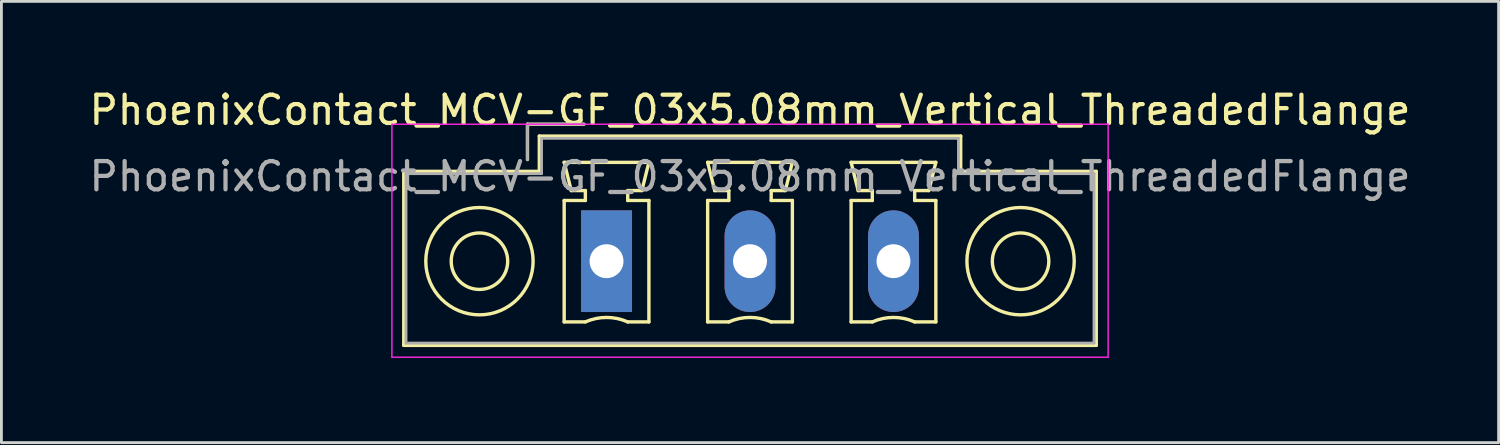
<source format=kicad_pcb>
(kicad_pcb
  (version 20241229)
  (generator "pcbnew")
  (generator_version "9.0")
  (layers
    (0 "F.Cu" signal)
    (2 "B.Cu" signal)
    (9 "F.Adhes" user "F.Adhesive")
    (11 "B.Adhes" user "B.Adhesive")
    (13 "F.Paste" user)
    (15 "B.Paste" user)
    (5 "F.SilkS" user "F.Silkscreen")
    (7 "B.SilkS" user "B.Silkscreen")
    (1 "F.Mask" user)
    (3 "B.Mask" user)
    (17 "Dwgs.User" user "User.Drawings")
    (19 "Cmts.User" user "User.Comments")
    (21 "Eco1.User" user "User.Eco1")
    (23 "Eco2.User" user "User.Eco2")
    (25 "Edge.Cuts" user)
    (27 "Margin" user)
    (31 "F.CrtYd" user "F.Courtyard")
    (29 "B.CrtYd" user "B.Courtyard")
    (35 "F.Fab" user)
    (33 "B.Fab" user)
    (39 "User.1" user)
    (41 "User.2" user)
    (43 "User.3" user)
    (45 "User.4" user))
  (footprint "PhoenixContact_MCV-GF_03x5.08mm_Vertical_ThreadedFlange"
    (layer "F.Cu")
    (at 18.426 6.198)
    (property "Reference" "PhoenixContact_MCV-GF_03x5.08mm_Vertical_ThreadedFlange" (at 5.08 -5.35 0) (layer "F.SilkS") (effects (font (size 1 1) (thickness 0.15))))
    (attr through_hole)
    (fp_line (start -7.18 -3.18) (end -7.18 2.98) (stroke (width 0.12) (type solid)) (layer "F.SilkS"))
    (fp_line (start -7.18 2.98) (end 17.34 2.98) (stroke (width 0.12) (type solid)) (layer "F.SilkS"))
    (fp_line (start -2.8 -4.85) (end -0.8 -4.85) (stroke (width 0.12) (type solid)) (layer "F.SilkS"))
    (fp_line (start -2.8 -3.6) (end -2.8 -4.85) (stroke (width 0.12) (type solid)) (layer "F.SilkS"))
    (fp_line (start -2.38 -4.43) (end -2.38 -3.18) (stroke (width 0.12) (type solid)) (layer "F.SilkS"))
    (fp_line (start -2.38 -3.18) (end -7.18 -3.18) (stroke (width 0.12) (type solid)) (layer "F.SilkS"))
    (fp_line (start -1.5 -3.5) (end 1.5 -3.5) (stroke (width 0.12) (type solid)) (layer "F.SilkS"))
    (fp_line (start -1.5 -2.15) (end -0.75 -2.15) (stroke (width 0.12) (type solid)) (layer "F.SilkS"))
    (fp_line (start -1.5 2.15) (end -1.5 -2.15) (stroke (width 0.12) (type solid)) (layer "F.SilkS"))
    (fp_line (start -1.25 -2.5) (end -1.5 -3.5) (stroke (width 0.12) (type solid)) (layer "F.SilkS"))
    (fp_line (start -0.75 -2.5) (end -1.25 -2.5) (stroke (width 0.12) (type solid)) (layer "F.SilkS"))
    (fp_line (start -0.75 -2.15) (end -0.75 -2.5) (stroke (width 0.12) (type solid)) (layer "F.SilkS"))
    (fp_line (start -0.75 2.15) (end -1.5 2.15) (stroke (width 0.12) (type solid)) (layer "F.SilkS"))
    (fp_line (start 0.75 -2.5) (end 0.75 -2.15) (stroke (width 0.12) (type solid)) (layer "F.SilkS"))
    (fp_line (start 0.75 -2.15) (end 1.5 -2.15) (stroke (width 0.12) (type solid)) (layer "F.SilkS"))
    (fp_line (start 1.25 -2.5) (end 0.75 -2.5) (stroke (width 0.12) (type solid)) (layer "F.SilkS"))
    (fp_line (start 1.5 -3.5) (end 1.25 -2.5) (stroke (width 0.12) (type solid)) (layer "F.SilkS"))
    (fp_line (start 1.5 -2.15) (end 1.5 2.15) (stroke (width 0.12) (type solid)) (layer "F.SilkS"))
    (fp_line (start 1.5 2.15) (end 0.75 2.15) (stroke (width 0.12) (type solid)) (layer "F.SilkS"))
    (fp_line (start 3.58 -3.5) (end 6.58 -3.5) (stroke (width 0.12) (type solid)) (layer "F.SilkS"))
    (fp_line (start 3.58 -2.15) (end 4.33 -2.15) (stroke (width 0.12) (type solid)) (layer "F.SilkS"))
    (fp_line (start 3.58 2.15) (end 3.58 -2.15) (stroke (width 0.12) (type solid)) (layer "F.SilkS"))
    (fp_line (start 3.83 -2.5) (end 3.58 -3.5) (stroke (width 0.12) (type solid)) (layer "F.SilkS"))
    (fp_line (start 4.33 -2.5) (end 3.83 -2.5) (stroke (width 0.12) (type solid)) (layer "F.SilkS"))
    (fp_line (start 4.33 -2.15) (end 4.33 -2.5) (stroke (width 0.12) (type solid)) (layer "F.SilkS"))
    (fp_line (start 4.33 2.15) (end 3.58 2.15) (stroke (width 0.12) (type solid)) (layer "F.SilkS"))
    (fp_line (start 5.83 -2.5) (end 5.83 -2.15) (stroke (width 0.12) (type solid)) (layer "F.SilkS"))
    (fp_line (start 5.83 -2.15) (end 6.58 -2.15) (stroke (width 0.12) (type solid)) (layer "F.SilkS"))
    (fp_line (start 6.33 -2.5) (end 5.83 -2.5) (stroke (width 0.12) (type solid)) (layer "F.SilkS"))
    (fp_line (start 6.58 -3.5) (end 6.33 -2.5) (stroke (width 0.12) (type solid)) (layer "F.SilkS"))
    (fp_line (start 6.58 -2.15) (end 6.58 2.15) (stroke (width 0.12) (type solid)) (layer "F.SilkS"))
    (fp_line (start 6.58 2.15) (end 5.83 2.15) (stroke (width 0.12) (type solid)) (layer "F.SilkS"))
    (fp_line (start 8.66 -3.5) (end 11.66 -3.5) (stroke (width 0.12) (type solid)) (layer "F.SilkS"))
    (fp_line (start 8.66 -2.15) (end 9.41 -2.15) (stroke (width 0.12) (type solid)) (layer "F.SilkS"))
    (fp_line (start 8.66 2.15) (end 8.66 -2.15) (stroke (width 0.12) (type solid)) (layer "F.SilkS"))
    (fp_line (start 8.91 -2.5) (end 8.66 -3.5) (stroke (width 0.12) (type solid)) (layer "F.SilkS"))
    (fp_line (start 9.41 -2.5) (end 8.91 -2.5) (stroke (width 0.12) (type solid)) (layer "F.SilkS"))
    (fp_line (start 9.41 -2.15) (end 9.41 -2.5) (stroke (width 0.12) (type solid)) (layer "F.SilkS"))
    (fp_line (start 9.41 2.15) (end 8.66 2.15) (stroke (width 0.12) (type solid)) (layer "F.SilkS"))
    (fp_line (start 10.91 -2.5) (end 10.91 -2.15) (stroke (width 0.12) (type solid)) (layer "F.SilkS"))
    (fp_line (start 10.91 -2.15) (end 11.66 -2.15) (stroke (width 0.12) (type solid)) (layer "F.SilkS"))
    (fp_line (start 11.41 -2.5) (end 10.91 -2.5) (stroke (width 0.12) (type solid)) (layer "F.SilkS"))
    (fp_line (start 11.66 -3.5) (end 11.41 -2.5) (stroke (width 0.12) (type solid)) (layer "F.SilkS"))
    (fp_line (start 11.66 -2.15) (end 11.66 2.15) (stroke (width 0.12) (type solid)) (layer "F.SilkS"))
    (fp_line (start 11.66 2.15) (end 10.91 2.15) (stroke (width 0.12) (type solid)) (layer "F.SilkS"))
    (fp_line (start 12.54 -4.43) (end -2.38 -4.43) (stroke (width 0.12) (type solid)) (layer "F.SilkS"))
    (fp_line (start 12.54 -3.18) (end 12.54 -4.43) (stroke (width 0.12) (type solid)) (layer "F.SilkS"))
    (fp_line (start 17.34 -3.18) (end 12.54 -3.18) (stroke (width 0.12) (type solid)) (layer "F.SilkS"))
    (fp_line (start 17.34 2.98) (end 17.34 -3.18) (stroke (width 0.12) (type solid)) (layer "F.SilkS"))
    (fp_arc (start -0.75 2.15) (mid -0.000193 1.99191) (end 0.749647 2.149844) (stroke (width 0.12) (type solid)) (layer "F.SilkS"))
    (fp_arc (start 4.33 2.15) (mid 5.079807 1.99191) (end 5.829647 2.149844) (stroke (width 0.12) (type solid)) (layer "F.SilkS"))
    (fp_arc (start 9.41 2.15) (mid 10.159807 1.99191) (end 10.909647 2.149844) (stroke (width 0.12) (type solid)) (layer "F.SilkS"))
    (fp_circle (center -4.5 0) (end -3.5 0) (stroke (width 0.12) (type solid)) (fill no) (layer "F.SilkS"))
    (fp_circle (center -4.5 0) (end -2.6 0) (stroke (width 0.12) (type solid)) (fill no) (layer "F.SilkS"))
    (fp_circle (center 14.66 0) (end 15.66 0) (stroke (width 0.12) (type solid)) (fill no) (layer "F.SilkS"))
    (fp_circle (center 14.66 0) (end 16.56 0) (stroke (width 0.12) (type solid)) (fill no) (layer "F.SilkS"))
    (fp_line (start -7.6 -4.85) (end -7.6 3.4) (stroke (width 0.05) (type solid)) (layer "F.CrtYd"))
    (fp_line (start -7.6 3.4) (end 17.76 3.4) (stroke (width 0.05) (type solid)) (layer "F.CrtYd"))
    (fp_line (start 17.76 -4.85) (end -7.6 -4.85) (stroke (width 0.05) (type solid)) (layer "F.CrtYd"))
    (fp_line (start 17.76 3.4) (end 17.76 -4.85) (stroke (width 0.05) (type solid)) (layer "F.CrtYd"))
    (fp_line (start -7.1 -3.1) (end -7.1 2.9) (stroke (width 0.1) (type solid)) (layer "F.Fab"))
    (fp_line (start -7.1 2.9) (end 17.26 2.9) (stroke (width 0.1) (type solid)) (layer "F.Fab"))
    (fp_line (start -2.8 -4.85) (end -0.8 -4.85) (stroke (width 0.1) (type solid)) (layer "F.Fab"))
    (fp_line (start -2.8 -3.6) (end -2.8 -4.85) (stroke (width 0.1) (type solid)) (layer "F.Fab"))
    (fp_line (start -2.3 -4.35) (end -2.3 -3.1) (stroke (width 0.1) (type solid)) (layer "F.Fab"))
    (fp_line (start -2.3 -3.1) (end -7.1 -3.1) (stroke (width 0.1) (type solid)) (layer "F.Fab"))
    (fp_line (start 12.46 -4.35) (end -2.3 -4.35) (stroke (width 0.1) (type solid)) (layer "F.Fab"))
    (fp_line (start 12.46 -3.1) (end 12.46 -4.35) (stroke (width 0.1) (type solid)) (layer "F.Fab"))
    (fp_line (start 17.26 -3.1) (end 12.46 -3.1) (stroke (width 0.1) (type solid)) (layer "F.Fab"))
    (fp_line (start 17.26 2.9) (end 17.26 -3.1) (stroke (width 0.1) (type solid)) (layer "F.Fab"))
    (fp_text user "${REFERENCE}" (at 5.08 -3 0) (layer "F.Fab") (effects (font (size 1 1) (thickness 0.15))))
    (pad "1" thru_hole rect (at 0 0) (size 1.8 3.6) (drill 1.2) (layers "*.Cu" "*.Mask"))
    (pad "2" thru_hole oval (at 5.08 0) (size 1.8 3.6) (drill 1.2) (layers "*.Cu" "*.Mask"))
    (pad "3" thru_hole oval (at 10.16 0) (size 1.8 3.6) (drill 1.2) (layers "*.Cu" "*.Mask")))
  (gr_rect
    (start -3 -3)
    (end 50.012 12.623)
    (stroke (width 0.1) (type default))
    (fill no)
    (layer "Edge.Cuts")))
</source>
